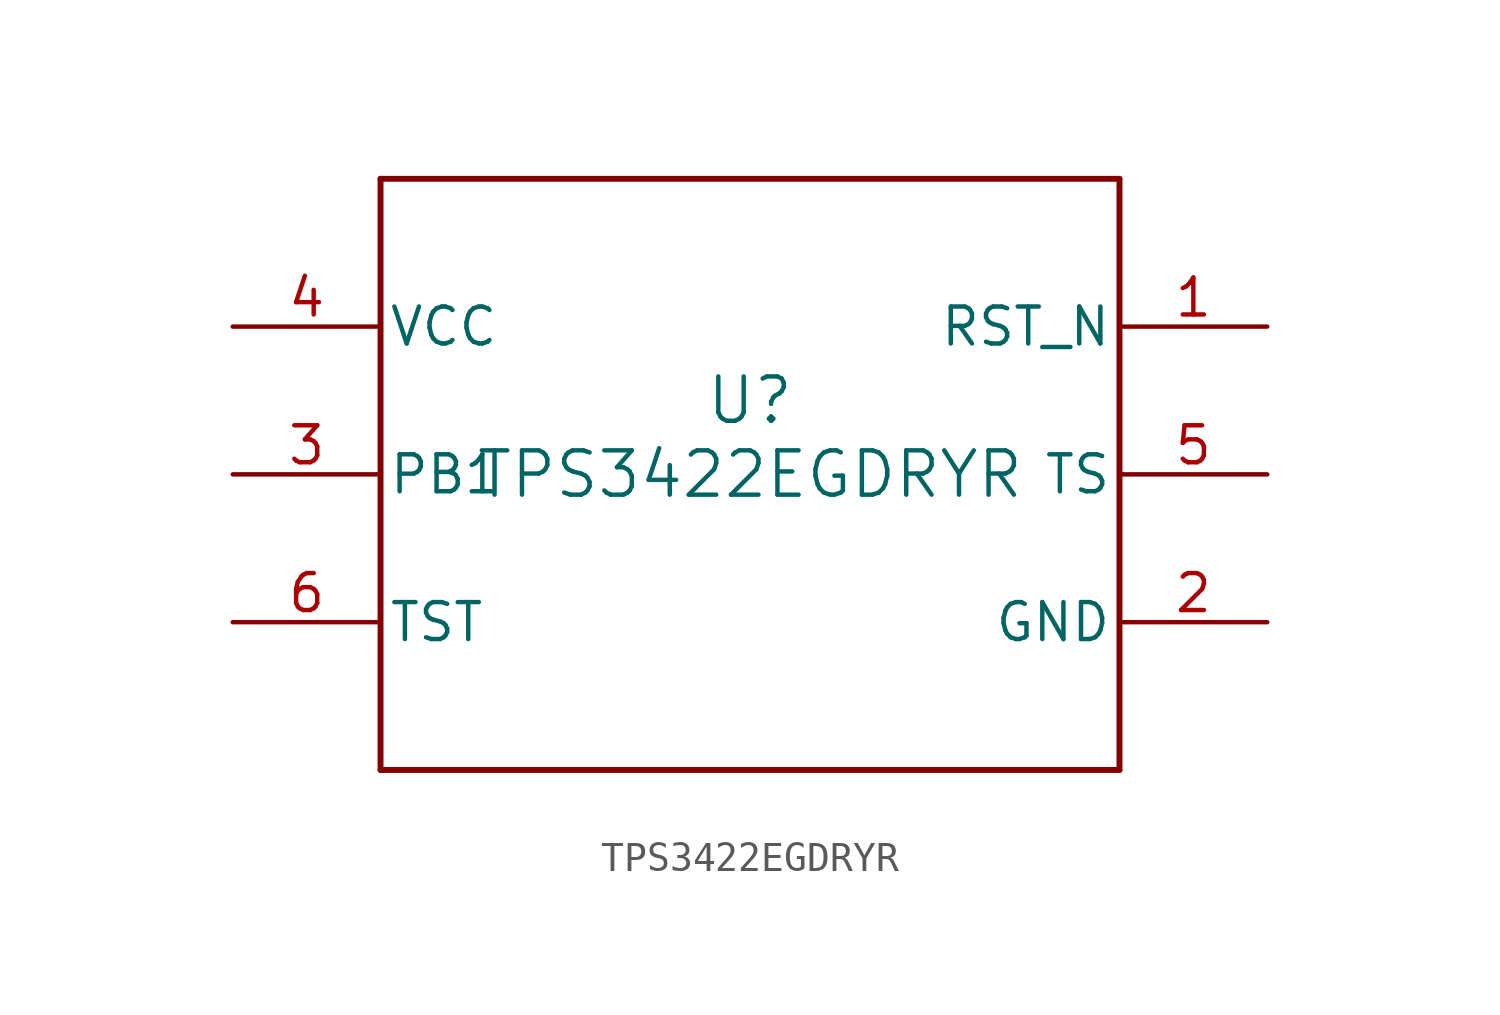
<source format=kicad_sym>
(kicad_symbol_lib
  (version 20211014)
  (generator kicad_symbol_editor)
  (symbol "TPS3422EGDRYR"
    (pin_names
      (offset 0.254))
    (property "Reference" "U"
      (at 0 2.54 0)
      (effects (font (size 1.524 1.524))))
    (property "Value" "TPS3422EGDRYR"
      (at 0 0 0)
      (effects (font (size 1.524 1.524))))
    (symbol "TPS3422EGDRYR_0_1"
      (polyline (pts (xy -12.7 -10.16) (xy 12.7 -10.16)) (stroke (width 0.203) (type default) (color 0 0 0 0)) (fill (type none)))
      (polyline (pts (xy 12.7 -10.16) (xy 12.7 10.16)) (stroke (width 0.203) (type default) (color 0 0 0 0)) (fill (type none)))
      (polyline (pts (xy 12.7 10.16) (xy -12.7 10.16)) (stroke (width 0.203) (type default) (color 0 0 0 0)) (fill (type none)))
      (polyline (pts (xy -12.7 10.16) (xy -12.7 -10.16)) (stroke (width 0.203) (type default) (color 0 0 0 0)) (fill (type none)))
      (pin open_collector line (at 17.78 5.08 180) (length 5.08) (name "RST_N" (effects (font (size 1.27 1.27)))) (number "1" (effects (font (size 1.27 1.27)))))
      (pin power_in line (at 17.78 -5.08 180) (length 5.08) (name "GND" (effects (font (size 1.27 1.27)))) (number "2" (effects (font (size 1.27 1.27)))))
      (pin input line (at -17.78 0 0) (length 5.08) (name "PB1" (effects (font (size 1.27 1.27)))) (number "3" (effects (font (size 1.27 1.27)))))
      (pin power_in line (at -17.78 5.08 0) (length 5.08) (name "VCC" (effects (font (size 1.27 1.27)))) (number "4" (effects (font (size 1.27 1.27)))))
      (pin input line (at 17.78 0 180) (length 5.08) (name "TS" (effects (font (size 1.27 1.27)))) (number "5" (effects (font (size 1.27 1.27)))))
      (pin input line (at -17.78 -5.08 0) (length 5.08) (name "TST" (effects (font (size 1.27 1.27)))) (number "6" (effects (font (size 1.27 1.27))))))))
</source>
